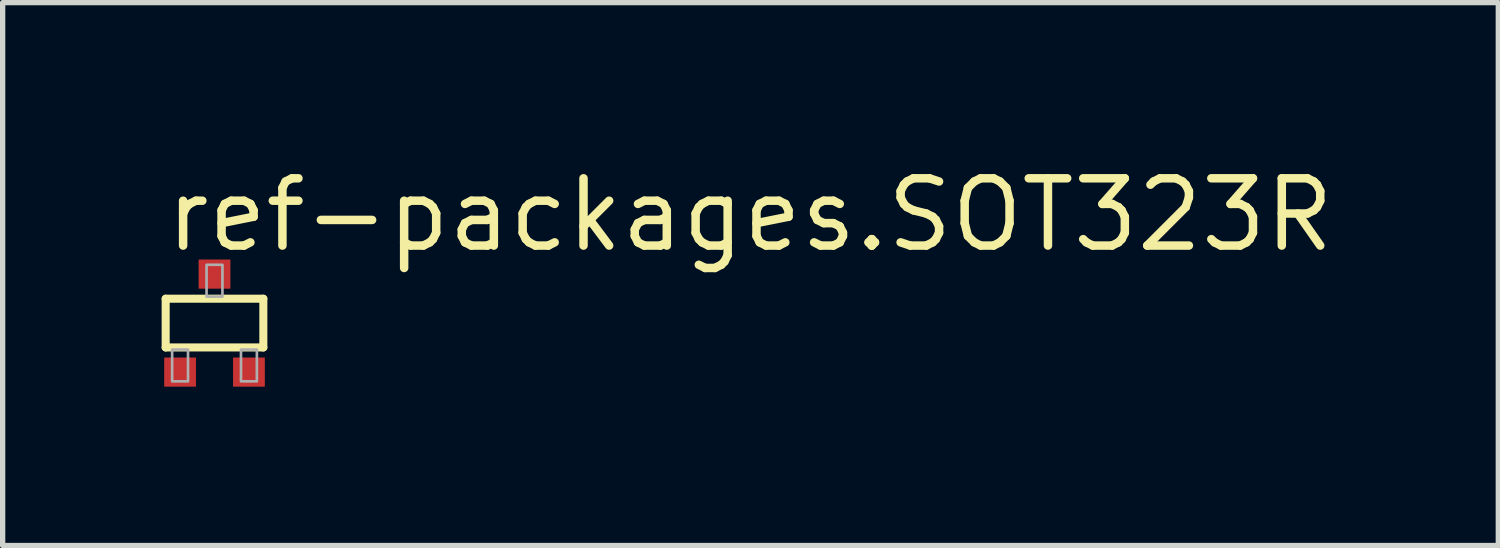
<source format=kicad_pcb>
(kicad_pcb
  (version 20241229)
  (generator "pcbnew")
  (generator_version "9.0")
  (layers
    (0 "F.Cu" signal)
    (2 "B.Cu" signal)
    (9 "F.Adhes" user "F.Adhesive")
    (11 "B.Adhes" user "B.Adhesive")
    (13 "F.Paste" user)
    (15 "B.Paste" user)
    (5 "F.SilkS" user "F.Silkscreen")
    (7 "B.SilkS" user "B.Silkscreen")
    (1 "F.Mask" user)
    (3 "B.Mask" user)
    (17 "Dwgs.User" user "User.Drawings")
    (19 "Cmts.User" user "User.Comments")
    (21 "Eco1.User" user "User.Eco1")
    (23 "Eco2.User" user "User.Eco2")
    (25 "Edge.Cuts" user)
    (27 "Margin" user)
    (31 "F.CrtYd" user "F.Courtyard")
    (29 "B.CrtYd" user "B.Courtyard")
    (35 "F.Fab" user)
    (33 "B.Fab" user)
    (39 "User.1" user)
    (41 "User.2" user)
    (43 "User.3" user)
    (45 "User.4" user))
  (footprint "ref-packages.SOT323R"
    (layer "F.Cu")
    (at 1 3.05)
    (property "Reference" "ref-packages.SOT323R" (at -1 -1.3 0) (layer "F.SilkS") (effects (font (size 1.27 1.27) (thickness 0.16)) (justify left bottom)))
    (attr smd)
    (fp_line (start -0.922 -0.46) (end 0.922 -0.46) (stroke (width 0.152) (type default)) (layer "F.SilkS"))
    (fp_line (start -0.922 0.46) (end -0.922 -0.46) (stroke (width 0.152) (type default)) (layer "F.SilkS"))
    (fp_line (start 0.922 -0.46) (end 0.922 0.46) (stroke (width 0.152) (type default)) (layer "F.SilkS"))
    (fp_line (start 0.922 0.46) (end -0.922 0.46) (stroke (width 0.152) (type default)) (layer "F.SilkS"))
    (fp_rect (start -0.8 1.1) (end -0.5 0.5) (stroke (width 0.05) (type default)) (fill no) (layer "F.Fab"))
    (fp_rect (start -0.15 -0.5) (end 0.15 -1.1) (stroke (width 0.05) (type default)) (fill no) (layer "F.Fab"))
    (fp_rect (start 0.5 1.1) (end 0.8 0.5) (stroke (width 0.05) (type default)) (fill no) (layer "F.Fab"))
    (pad "1" smd roundrect (at -0.65 0.925) (size 0.6 0.55) (layers "F.Cu" "F.Mask" "F.Paste") (roundrect_rratio 0.01))
    (pad "2" smd roundrect (at 0.65 0.925) (size 0.6 0.55) (layers "F.Cu" "F.Mask" "F.Paste") (roundrect_rratio 0.01))
    (pad "3" smd roundrect (at 0 -0.925) (size 0.6 0.55) (layers "F.Cu" "F.Mask" "F.Paste") (roundrect_rratio 0.01)))
  (gr_rect
    (start -3 -3)
    (end 25.239 7.25)
    (stroke (width 0.1) (type default))
    (fill no)
    (layer "Edge.Cuts")))
</source>
